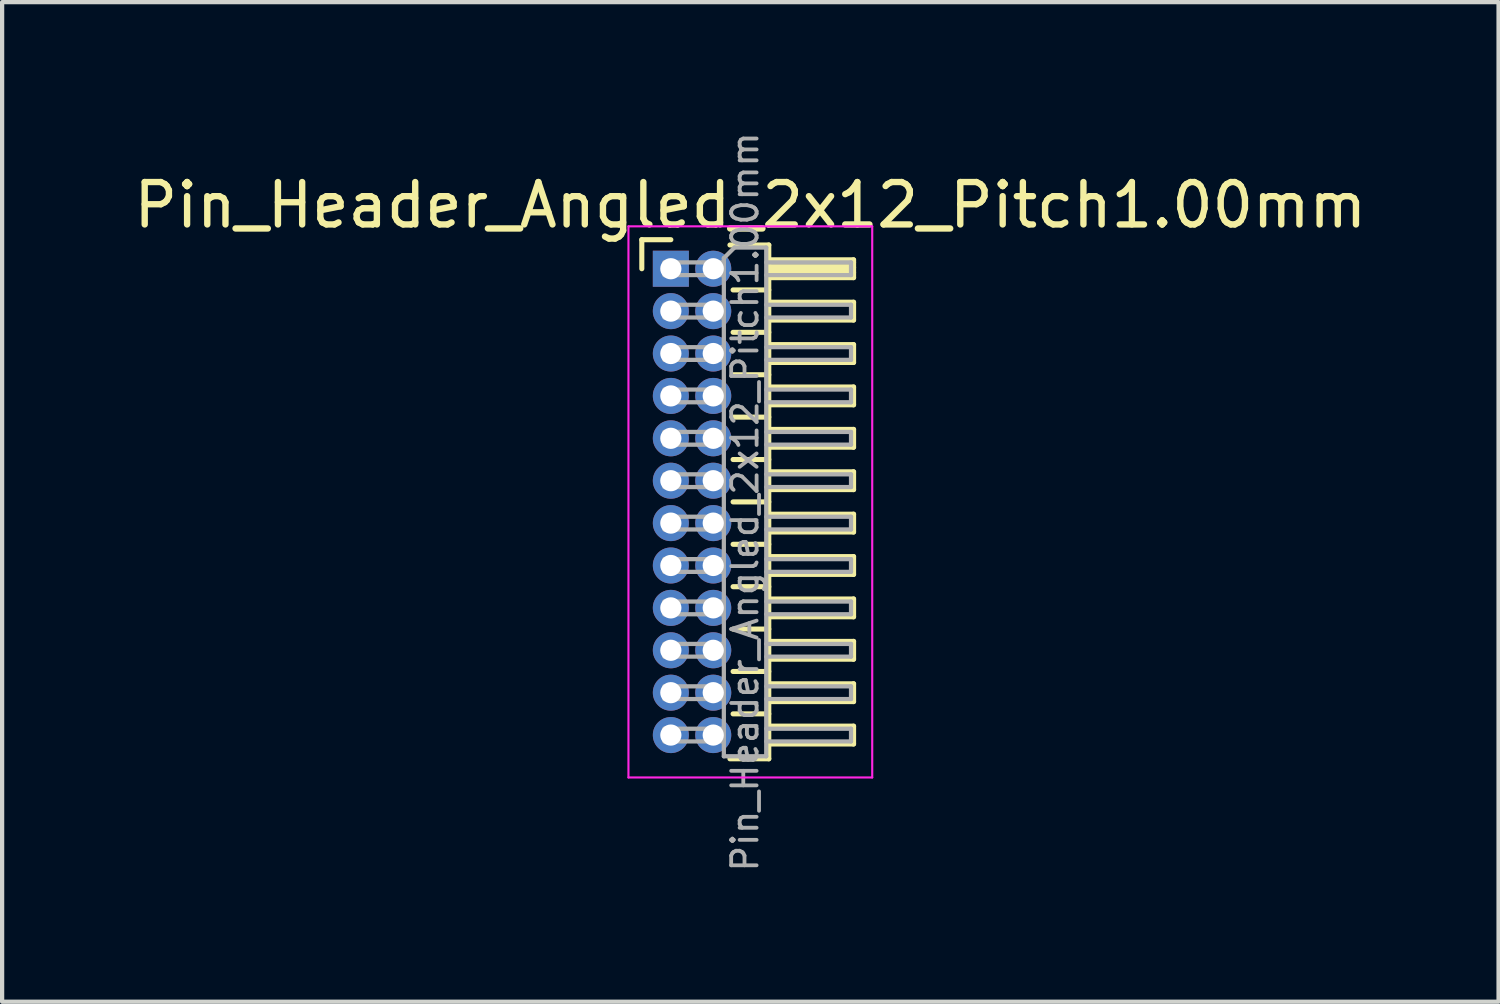
<source format=kicad_pcb>
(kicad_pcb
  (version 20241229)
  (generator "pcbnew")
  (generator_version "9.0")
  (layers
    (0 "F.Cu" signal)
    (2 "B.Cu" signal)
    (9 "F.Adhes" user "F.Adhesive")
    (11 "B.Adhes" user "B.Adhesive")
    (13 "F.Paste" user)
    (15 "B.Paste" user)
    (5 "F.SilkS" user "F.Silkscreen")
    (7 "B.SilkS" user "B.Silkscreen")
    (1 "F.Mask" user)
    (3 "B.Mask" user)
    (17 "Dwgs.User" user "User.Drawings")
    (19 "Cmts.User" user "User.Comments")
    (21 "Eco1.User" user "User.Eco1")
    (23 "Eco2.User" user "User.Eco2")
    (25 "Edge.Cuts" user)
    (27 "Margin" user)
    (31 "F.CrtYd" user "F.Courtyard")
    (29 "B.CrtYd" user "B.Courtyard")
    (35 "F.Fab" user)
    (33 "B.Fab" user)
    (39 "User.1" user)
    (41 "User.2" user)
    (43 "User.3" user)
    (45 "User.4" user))
  (footprint "Pin_Header_Angled_2x12_Pitch1.00mm"
    (layer "F.Cu")
    (at 12.774 3.289)
    (property "Reference" "Pin_Header_Angled_2x12_Pitch1.00mm" (at 1.875 -1.5 0) (layer "F.SilkS") (effects (font (size 1 1) (thickness 0.15))))
    (attr through_hole)
    (fp_line (start -0.685 -0.685) (end 0 -0.685) (stroke (width 0.12) (type solid)) (layer "F.SilkS"))
    (fp_line (start -0.685 0) (end -0.685 -0.685) (stroke (width 0.12) (type solid)) (layer "F.SilkS"))
    (fp_line (start 1.394 -0.56) (end 2.31 -0.56) (stroke (width 0.12) (type solid)) (layer "F.SilkS"))
    (fp_line (start 1.468 0.5) (end 2.31 0.5) (stroke (width 0.12) (type solid)) (layer "F.SilkS"))
    (fp_line (start 1.468 1.5) (end 2.31 1.5) (stroke (width 0.12) (type solid)) (layer "F.SilkS"))
    (fp_line (start 1.468 2.5) (end 2.31 2.5) (stroke (width 0.12) (type solid)) (layer "F.SilkS"))
    (fp_line (start 1.468 3.5) (end 2.31 3.5) (stroke (width 0.12) (type solid)) (layer "F.SilkS"))
    (fp_line (start 1.468 4.5) (end 2.31 4.5) (stroke (width 0.12) (type solid)) (layer "F.SilkS"))
    (fp_line (start 1.468 5.5) (end 2.31 5.5) (stroke (width 0.12) (type solid)) (layer "F.SilkS"))
    (fp_line (start 1.468 6.5) (end 2.31 6.5) (stroke (width 0.12) (type solid)) (layer "F.SilkS"))
    (fp_line (start 1.468 7.5) (end 2.31 7.5) (stroke (width 0.12) (type solid)) (layer "F.SilkS"))
    (fp_line (start 1.468 8.5) (end 2.31 8.5) (stroke (width 0.12) (type solid)) (layer "F.SilkS"))
    (fp_line (start 1.468 9.5) (end 2.31 9.5) (stroke (width 0.12) (type solid)) (layer "F.SilkS"))
    (fp_line (start 1.468 10.5) (end 2.31 10.5) (stroke (width 0.12) (type solid)) (layer "F.SilkS"))
    (fp_line (start 2.31 -0.56) (end 2.31 11.56) (stroke (width 0.12) (type solid)) (layer "F.SilkS"))
    (fp_line (start 2.31 -0.21) (end 4.31 -0.21) (stroke (width 0.12) (type solid)) (layer "F.SilkS"))
    (fp_line (start 2.31 -0.15) (end 4.31 -0.15) (stroke (width 0.12) (type solid)) (layer "F.SilkS"))
    (fp_line (start 2.31 -0.03) (end 4.31 -0.03) (stroke (width 0.12) (type solid)) (layer "F.SilkS"))
    (fp_line (start 2.31 0.09) (end 4.31 0.09) (stroke (width 0.12) (type solid)) (layer "F.SilkS"))
    (fp_line (start 2.31 0.79) (end 4.31 0.79) (stroke (width 0.12) (type solid)) (layer "F.SilkS"))
    (fp_line (start 2.31 1.79) (end 4.31 1.79) (stroke (width 0.12) (type solid)) (layer "F.SilkS"))
    (fp_line (start 2.31 2.79) (end 4.31 2.79) (stroke (width 0.12) (type solid)) (layer "F.SilkS"))
    (fp_line (start 2.31 3.79) (end 4.31 3.79) (stroke (width 0.12) (type solid)) (layer "F.SilkS"))
    (fp_line (start 2.31 4.79) (end 4.31 4.79) (stroke (width 0.12) (type solid)) (layer "F.SilkS"))
    (fp_line (start 2.31 5.79) (end 4.31 5.79) (stroke (width 0.12) (type solid)) (layer "F.SilkS"))
    (fp_line (start 2.31 6.79) (end 4.31 6.79) (stroke (width 0.12) (type solid)) (layer "F.SilkS"))
    (fp_line (start 2.31 7.79) (end 4.31 7.79) (stroke (width 0.12) (type solid)) (layer "F.SilkS"))
    (fp_line (start 2.31 8.79) (end 4.31 8.79) (stroke (width 0.12) (type solid)) (layer "F.SilkS"))
    (fp_line (start 2.31 9.79) (end 4.31 9.79) (stroke (width 0.12) (type solid)) (layer "F.SilkS"))
    (fp_line (start 2.31 10.79) (end 4.31 10.79) (stroke (width 0.12) (type solid)) (layer "F.SilkS"))
    (fp_line (start 2.31 11.56) (end 1.394 11.56) (stroke (width 0.12) (type solid)) (layer "F.SilkS"))
    (fp_line (start 4.31 -0.21) (end 4.31 0.21) (stroke (width 0.12) (type solid)) (layer "F.SilkS"))
    (fp_line (start 4.31 0.21) (end 2.31 0.21) (stroke (width 0.12) (type solid)) (layer "F.SilkS"))
    (fp_line (start 4.31 0.79) (end 4.31 1.21) (stroke (width 0.12) (type solid)) (layer "F.SilkS"))
    (fp_line (start 4.31 1.21) (end 2.31 1.21) (stroke (width 0.12) (type solid)) (layer "F.SilkS"))
    (fp_line (start 4.31 1.79) (end 4.31 2.21) (stroke (width 0.12) (type solid)) (layer "F.SilkS"))
    (fp_line (start 4.31 2.21) (end 2.31 2.21) (stroke (width 0.12) (type solid)) (layer "F.SilkS"))
    (fp_line (start 4.31 2.79) (end 4.31 3.21) (stroke (width 0.12) (type solid)) (layer "F.SilkS"))
    (fp_line (start 4.31 3.21) (end 2.31 3.21) (stroke (width 0.12) (type solid)) (layer "F.SilkS"))
    (fp_line (start 4.31 3.79) (end 4.31 4.21) (stroke (width 0.12) (type solid)) (layer "F.SilkS"))
    (fp_line (start 4.31 4.21) (end 2.31 4.21) (stroke (width 0.12) (type solid)) (layer "F.SilkS"))
    (fp_line (start 4.31 4.79) (end 4.31 5.21) (stroke (width 0.12) (type solid)) (layer "F.SilkS"))
    (fp_line (start 4.31 5.21) (end 2.31 5.21) (stroke (width 0.12) (type solid)) (layer "F.SilkS"))
    (fp_line (start 4.31 5.79) (end 4.31 6.21) (stroke (width 0.12) (type solid)) (layer "F.SilkS"))
    (fp_line (start 4.31 6.21) (end 2.31 6.21) (stroke (width 0.12) (type solid)) (layer "F.SilkS"))
    (fp_line (start 4.31 6.79) (end 4.31 7.21) (stroke (width 0.12) (type solid)) (layer "F.SilkS"))
    (fp_line (start 4.31 7.21) (end 2.31 7.21) (stroke (width 0.12) (type solid)) (layer "F.SilkS"))
    (fp_line (start 4.31 7.79) (end 4.31 8.21) (stroke (width 0.12) (type solid)) (layer "F.SilkS"))
    (fp_line (start 4.31 8.21) (end 2.31 8.21) (stroke (width 0.12) (type solid)) (layer "F.SilkS"))
    (fp_line (start 4.31 8.79) (end 4.31 9.21) (stroke (width 0.12) (type solid)) (layer "F.SilkS"))
    (fp_line (start 4.31 9.21) (end 2.31 9.21) (stroke (width 0.12) (type solid)) (layer "F.SilkS"))
    (fp_line (start 4.31 9.79) (end 4.31 10.21) (stroke (width 0.12) (type solid)) (layer "F.SilkS"))
    (fp_line (start 4.31 10.21) (end 2.31 10.21) (stroke (width 0.12) (type solid)) (layer "F.SilkS"))
    (fp_line (start 4.31 10.79) (end 4.31 11.21) (stroke (width 0.12) (type solid)) (layer "F.SilkS"))
    (fp_line (start 4.31 11.21) (end 2.31 11.21) (stroke (width 0.12) (type solid)) (layer "F.SilkS"))
    (fp_line (start -1 -1) (end -1 12) (stroke (width 0.05) (type solid)) (layer "F.CrtYd"))
    (fp_line (start -1 12) (end 4.75 12) (stroke (width 0.05) (type solid)) (layer "F.CrtYd"))
    (fp_line (start 4.75 -1) (end -1 -1) (stroke (width 0.05) (type solid)) (layer "F.CrtYd"))
    (fp_line (start 4.75 12) (end 4.75 -1) (stroke (width 0.05) (type solid)) (layer "F.CrtYd"))
    (fp_line (start -0.15 -0.15) (end -0.15 0.15) (stroke (width 0.1) (type solid)) (layer "F.Fab"))
    (fp_line (start -0.15 -0.15) (end 1.25 -0.15) (stroke (width 0.1) (type solid)) (layer "F.Fab"))
    (fp_line (start -0.15 0.15) (end 1.25 0.15) (stroke (width 0.1) (type solid)) (layer "F.Fab"))
    (fp_line (start -0.15 0.85) (end -0.15 1.15) (stroke (width 0.1) (type solid)) (layer "F.Fab"))
    (fp_line (start -0.15 0.85) (end 1.25 0.85) (stroke (width 0.1) (type solid)) (layer "F.Fab"))
    (fp_line (start -0.15 1.15) (end 1.25 1.15) (stroke (width 0.1) (type solid)) (layer "F.Fab"))
    (fp_line (start -0.15 1.85) (end -0.15 2.15) (stroke (width 0.1) (type solid)) (layer "F.Fab"))
    (fp_line (start -0.15 1.85) (end 1.25 1.85) (stroke (width 0.1) (type solid)) (layer "F.Fab"))
    (fp_line (start -0.15 2.15) (end 1.25 2.15) (stroke (width 0.1) (type solid)) (layer "F.Fab"))
    (fp_line (start -0.15 2.85) (end -0.15 3.15) (stroke (width 0.1) (type solid)) (layer "F.Fab"))
    (fp_line (start -0.15 2.85) (end 1.25 2.85) (stroke (width 0.1) (type solid)) (layer "F.Fab"))
    (fp_line (start -0.15 3.15) (end 1.25 3.15) (stroke (width 0.1) (type solid)) (layer "F.Fab"))
    (fp_line (start -0.15 3.85) (end -0.15 4.15) (stroke (width 0.1) (type solid)) (layer "F.Fab"))
    (fp_line (start -0.15 3.85) (end 1.25 3.85) (stroke (width 0.1) (type solid)) (layer "F.Fab"))
    (fp_line (start -0.15 4.15) (end 1.25 4.15) (stroke (width 0.1) (type solid)) (layer "F.Fab"))
    (fp_line (start -0.15 4.85) (end -0.15 5.15) (stroke (width 0.1) (type solid)) (layer "F.Fab"))
    (fp_line (start -0.15 4.85) (end 1.25 4.85) (stroke (width 0.1) (type solid)) (layer "F.Fab"))
    (fp_line (start -0.15 5.15) (end 1.25 5.15) (stroke (width 0.1) (type solid)) (layer "F.Fab"))
    (fp_line (start -0.15 5.85) (end -0.15 6.15) (stroke (width 0.1) (type solid)) (layer "F.Fab"))
    (fp_line (start -0.15 5.85) (end 1.25 5.85) (stroke (width 0.1) (type solid)) (layer "F.Fab"))
    (fp_line (start -0.15 6.15) (end 1.25 6.15) (stroke (width 0.1) (type solid)) (layer "F.Fab"))
    (fp_line (start -0.15 6.85) (end -0.15 7.15) (stroke (width 0.1) (type solid)) (layer "F.Fab"))
    (fp_line (start -0.15 6.85) (end 1.25 6.85) (stroke (width 0.1) (type solid)) (layer "F.Fab"))
    (fp_line (start -0.15 7.15) (end 1.25 7.15) (stroke (width 0.1) (type solid)) (layer "F.Fab"))
    (fp_line (start -0.15 7.85) (end -0.15 8.15) (stroke (width 0.1) (type solid)) (layer "F.Fab"))
    (fp_line (start -0.15 7.85) (end 1.25 7.85) (stroke (width 0.1) (type solid)) (layer "F.Fab"))
    (fp_line (start -0.15 8.15) (end 1.25 8.15) (stroke (width 0.1) (type solid)) (layer "F.Fab"))
    (fp_line (start -0.15 8.85) (end -0.15 9.15) (stroke (width 0.1) (type solid)) (layer "F.Fab"))
    (fp_line (start -0.15 8.85) (end 1.25 8.85) (stroke (width 0.1) (type solid)) (layer "F.Fab"))
    (fp_line (start -0.15 9.15) (end 1.25 9.15) (stroke (width 0.1) (type solid)) (layer "F.Fab"))
    (fp_line (start -0.15 9.85) (end -0.15 10.15) (stroke (width 0.1) (type solid)) (layer "F.Fab"))
    (fp_line (start -0.15 9.85) (end 1.25 9.85) (stroke (width 0.1) (type solid)) (layer "F.Fab"))
    (fp_line (start -0.15 10.15) (end 1.25 10.15) (stroke (width 0.1) (type solid)) (layer "F.Fab"))
    (fp_line (start -0.15 10.85) (end -0.15 11.15) (stroke (width 0.1) (type solid)) (layer "F.Fab"))
    (fp_line (start -0.15 10.85) (end 1.25 10.85) (stroke (width 0.1) (type solid)) (layer "F.Fab"))
    (fp_line (start -0.15 11.15) (end 1.25 11.15) (stroke (width 0.1) (type solid)) (layer "F.Fab"))
    (fp_line (start 1.25 -0.25) (end 1.5 -0.5) (stroke (width 0.1) (type solid)) (layer "F.Fab"))
    (fp_line (start 1.25 11.5) (end 1.25 -0.25) (stroke (width 0.1) (type solid)) (layer "F.Fab"))
    (fp_line (start 1.5 -0.5) (end 2.25 -0.5) (stroke (width 0.1) (type solid)) (layer "F.Fab"))
    (fp_line (start 2.25 -0.5) (end 2.25 11.5) (stroke (width 0.1) (type solid)) (layer "F.Fab"))
    (fp_line (start 2.25 -0.15) (end 4.25 -0.15) (stroke (width 0.1) (type solid)) (layer "F.Fab"))
    (fp_line (start 2.25 0.15) (end 4.25 0.15) (stroke (width 0.1) (type solid)) (layer "F.Fab"))
    (fp_line (start 2.25 0.85) (end 4.25 0.85) (stroke (width 0.1) (type solid)) (layer "F.Fab"))
    (fp_line (start 2.25 1.15) (end 4.25 1.15) (stroke (width 0.1) (type solid)) (layer "F.Fab"))
    (fp_line (start 2.25 1.85) (end 4.25 1.85) (stroke (width 0.1) (type solid)) (layer "F.Fab"))
    (fp_line (start 2.25 2.15) (end 4.25 2.15) (stroke (width 0.1) (type solid)) (layer "F.Fab"))
    (fp_line (start 2.25 2.85) (end 4.25 2.85) (stroke (width 0.1) (type solid)) (layer "F.Fab"))
    (fp_line (start 2.25 3.15) (end 4.25 3.15) (stroke (width 0.1) (type solid)) (layer "F.Fab"))
    (fp_line (start 2.25 3.85) (end 4.25 3.85) (stroke (width 0.1) (type solid)) (layer "F.Fab"))
    (fp_line (start 2.25 4.15) (end 4.25 4.15) (stroke (width 0.1) (type solid)) (layer "F.Fab"))
    (fp_line (start 2.25 4.85) (end 4.25 4.85) (stroke (width 0.1) (type solid)) (layer "F.Fab"))
    (fp_line (start 2.25 5.15) (end 4.25 5.15) (stroke (width 0.1) (type solid)) (layer "F.Fab"))
    (fp_line (start 2.25 5.85) (end 4.25 5.85) (stroke (width 0.1) (type solid)) (layer "F.Fab"))
    (fp_line (start 2.25 6.15) (end 4.25 6.15) (stroke (width 0.1) (type solid)) (layer "F.Fab"))
    (fp_line (start 2.25 6.85) (end 4.25 6.85) (stroke (width 0.1) (type solid)) (layer "F.Fab"))
    (fp_line (start 2.25 7.15) (end 4.25 7.15) (stroke (width 0.1) (type solid)) (layer "F.Fab"))
    (fp_line (start 2.25 7.85) (end 4.25 7.85) (stroke (width 0.1) (type solid)) (layer "F.Fab"))
    (fp_line (start 2.25 8.15) (end 4.25 8.15) (stroke (width 0.1) (type solid)) (layer "F.Fab"))
    (fp_line (start 2.25 8.85) (end 4.25 8.85) (stroke (width 0.1) (type solid)) (layer "F.Fab"))
    (fp_line (start 2.25 9.15) (end 4.25 9.15) (stroke (width 0.1) (type solid)) (layer "F.Fab"))
    (fp_line (start 2.25 9.85) (end 4.25 9.85) (stroke (width 0.1) (type solid)) (layer "F.Fab"))
    (fp_line (start 2.25 10.15) (end 4.25 10.15) (stroke (width 0.1) (type solid)) (layer "F.Fab"))
    (fp_line (start 2.25 10.85) (end 4.25 10.85) (stroke (width 0.1) (type solid)) (layer "F.Fab"))
    (fp_line (start 2.25 11.15) (end 4.25 11.15) (stroke (width 0.1) (type solid)) (layer "F.Fab"))
    (fp_line (start 2.25 11.5) (end 1.25 11.5) (stroke (width 0.1) (type solid)) (layer "F.Fab"))
    (fp_line (start 4.25 -0.15) (end 4.25 0.15) (stroke (width 0.1) (type solid)) (layer "F.Fab"))
    (fp_line (start 4.25 0.85) (end 4.25 1.15) (stroke (width 0.1) (type solid)) (layer "F.Fab"))
    (fp_line (start 4.25 1.85) (end 4.25 2.15) (stroke (width 0.1) (type solid)) (layer "F.Fab"))
    (fp_line (start 4.25 2.85) (end 4.25 3.15) (stroke (width 0.1) (type solid)) (layer "F.Fab"))
    (fp_line (start 4.25 3.85) (end 4.25 4.15) (stroke (width 0.1) (type solid)) (layer "F.Fab"))
    (fp_line (start 4.25 4.85) (end 4.25 5.15) (stroke (width 0.1) (type solid)) (layer "F.Fab"))
    (fp_line (start 4.25 5.85) (end 4.25 6.15) (stroke (width 0.1) (type solid)) (layer "F.Fab"))
    (fp_line (start 4.25 6.85) (end 4.25 7.15) (stroke (width 0.1) (type solid)) (layer "F.Fab"))
    (fp_line (start 4.25 7.85) (end 4.25 8.15) (stroke (width 0.1) (type solid)) (layer "F.Fab"))
    (fp_line (start 4.25 8.85) (end 4.25 9.15) (stroke (width 0.1) (type solid)) (layer "F.Fab"))
    (fp_line (start 4.25 9.85) (end 4.25 10.15) (stroke (width 0.1) (type solid)) (layer "F.Fab"))
    (fp_line (start 4.25 10.85) (end 4.25 11.15) (stroke (width 0.1) (type solid)) (layer "F.Fab"))
    (fp_text user "${REFERENCE}" (at 1.75 5.5 90) (layer "F.Fab") (effects (font (size 0.6 0.6) (thickness 0.09))))
    (pad "1" thru_hole rect (at 0 0) (size 0.85 0.85) (drill 0.5) (layers "*.Cu" "*.Mask"))
    (pad "2" thru_hole oval (at 1 0) (size 0.85 0.85) (drill 0.5) (layers "*.Cu" "*.Mask"))
    (pad "3" thru_hole oval (at 0 1) (size 0.85 0.85) (drill 0.5) (layers "*.Cu" "*.Mask"))
    (pad "4" thru_hole oval (at 1 1) (size 0.85 0.85) (drill 0.5) (layers "*.Cu" "*.Mask"))
    (pad "5" thru_hole oval (at 0 2) (size 0.85 0.85) (drill 0.5) (layers "*.Cu" "*.Mask"))
    (pad "6" thru_hole oval (at 1 2) (size 0.85 0.85) (drill 0.5) (layers "*.Cu" "*.Mask"))
    (pad "7" thru_hole oval (at 0 3) (size 0.85 0.85) (drill 0.5) (layers "*.Cu" "*.Mask"))
    (pad "8" thru_hole oval (at 1 3) (size 0.85 0.85) (drill 0.5) (layers "*.Cu" "*.Mask"))
    (pad "9" thru_hole oval (at 0 4) (size 0.85 0.85) (drill 0.5) (layers "*.Cu" "*.Mask"))
    (pad "10" thru_hole oval (at 1 4) (size 0.85 0.85) (drill 0.5) (layers "*.Cu" "*.Mask"))
    (pad "11" thru_hole oval (at 0 5) (size 0.85 0.85) (drill 0.5) (layers "*.Cu" "*.Mask"))
    (pad "12" thru_hole oval (at 1 5) (size 0.85 0.85) (drill 0.5) (layers "*.Cu" "*.Mask"))
    (pad "13" thru_hole oval (at 0 6) (size 0.85 0.85) (drill 0.5) (layers "*.Cu" "*.Mask"))
    (pad "14" thru_hole oval (at 1 6) (size 0.85 0.85) (drill 0.5) (layers "*.Cu" "*.Mask"))
    (pad "15" thru_hole oval (at 0 7) (size 0.85 0.85) (drill 0.5) (layers "*.Cu" "*.Mask"))
    (pad "16" thru_hole oval (at 1 7) (size 0.85 0.85) (drill 0.5) (layers "*.Cu" "*.Mask"))
    (pad "17" thru_hole oval (at 0 8) (size 0.85 0.85) (drill 0.5) (layers "*.Cu" "*.Mask"))
    (pad "18" thru_hole oval (at 1 8) (size 0.85 0.85) (drill 0.5) (layers "*.Cu" "*.Mask"))
    (pad "19" thru_hole oval (at 0 9) (size 0.85 0.85) (drill 0.5) (layers "*.Cu" "*.Mask"))
    (pad "20" thru_hole oval (at 1 9) (size 0.85 0.85) (drill 0.5) (layers "*.Cu" "*.Mask"))
    (pad "21" thru_hole oval (at 0 10) (size 0.85 0.85) (drill 0.5) (layers "*.Cu" "*.Mask"))
    (pad "22" thru_hole oval (at 1 10) (size 0.85 0.85) (drill 0.5) (layers "*.Cu" "*.Mask"))
    (pad "23" thru_hole oval (at 0 11) (size 0.85 0.85) (drill 0.5) (layers "*.Cu" "*.Mask"))
    (pad "24" thru_hole oval (at 1 11) (size 0.85 0.85) (drill 0.5) (layers "*.Cu" "*.Mask")))
  (gr_rect
    (start -3 -3)
    (end 32.298 20.579)
    (stroke (width 0.1) (type default))
    (fill no)
    (layer "Edge.Cuts")))
</source>
